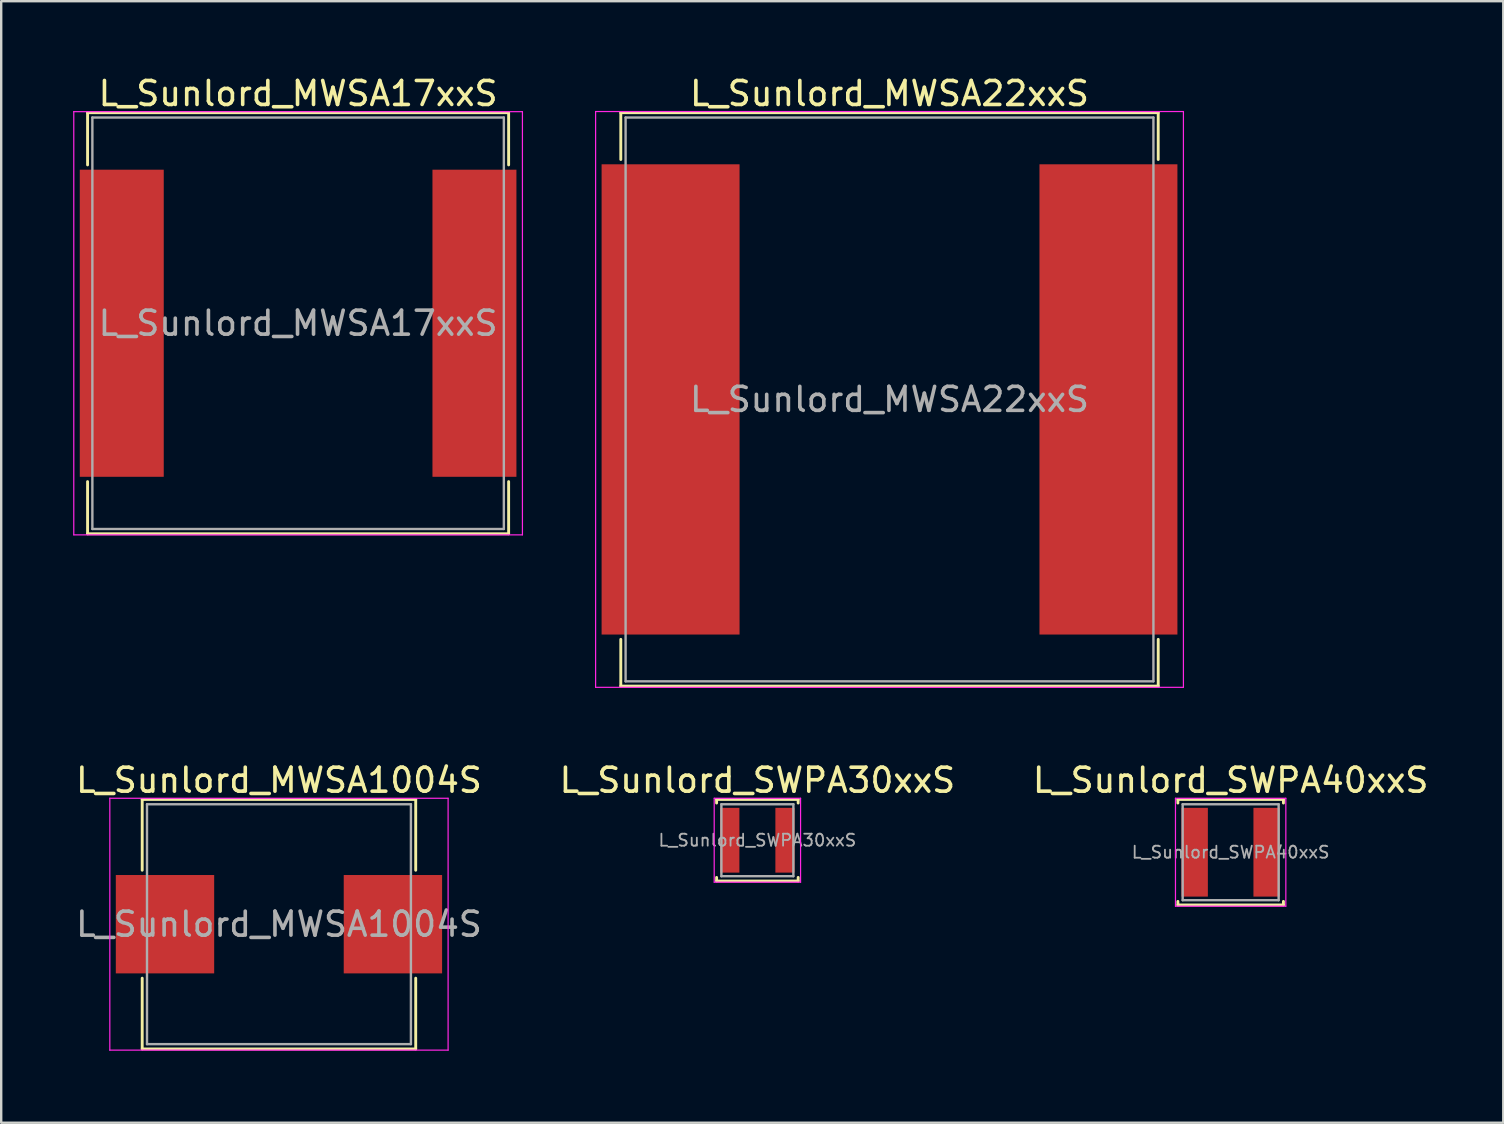
<source format=kicad_pcb>
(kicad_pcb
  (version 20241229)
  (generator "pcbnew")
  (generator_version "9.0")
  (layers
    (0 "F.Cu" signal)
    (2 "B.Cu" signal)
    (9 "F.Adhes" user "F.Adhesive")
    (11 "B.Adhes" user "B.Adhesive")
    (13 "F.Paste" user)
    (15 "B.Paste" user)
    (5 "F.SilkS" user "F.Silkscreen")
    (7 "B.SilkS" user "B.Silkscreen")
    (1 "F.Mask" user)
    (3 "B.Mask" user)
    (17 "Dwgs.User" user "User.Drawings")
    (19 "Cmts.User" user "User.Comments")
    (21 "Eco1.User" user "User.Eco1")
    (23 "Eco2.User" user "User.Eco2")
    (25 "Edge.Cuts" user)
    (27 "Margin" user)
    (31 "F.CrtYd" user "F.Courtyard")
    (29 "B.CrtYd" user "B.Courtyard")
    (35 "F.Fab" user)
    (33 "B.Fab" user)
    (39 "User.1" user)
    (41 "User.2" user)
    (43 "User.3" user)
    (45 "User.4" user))
  (footprint "L_Sunlord_SWPA40xxS"
    (layer "F.Cu")
    (at 48.244 32.471)
    (property "Reference" "L_Sunlord_SWPA40xxS" (at 0 -3 0) (layer "F.SilkS") (effects (font (size 1 1) (thickness 0.15))))
    (attr smd)
    (fp_line (start -2.2 -2.2) (end -2.2 -2.05) (stroke (width 0.12) (type solid)) (layer "F.SilkS"))
    (fp_line (start -2.2 -2.2) (end 2.2 -2.2) (stroke (width 0.12) (type solid)) (layer "F.SilkS"))
    (fp_line (start -2.2 2.2) (end -2.2 2.05) (stroke (width 0.12) (type solid)) (layer "F.SilkS"))
    (fp_line (start -2.2 2.2) (end 2.2 2.2) (stroke (width 0.12) (type solid)) (layer "F.SilkS"))
    (fp_line (start 2.2 -2.2) (end 2.2 -2.05) (stroke (width 0.12) (type solid)) (layer "F.SilkS"))
    (fp_line (start 2.2 2.2) (end 2.2 2.05) (stroke (width 0.12) (type solid)) (layer "F.SilkS"))
    (fp_line (start -2.3 -2.25) (end -2.3 2.25) (stroke (width 0.05) (type solid)) (layer "F.CrtYd"))
    (fp_line (start -2.3 2.25) (end 2.3 2.25) (stroke (width 0.05) (type solid)) (layer "F.CrtYd"))
    (fp_line (start 2.3 -2.25) (end -2.3 -2.25) (stroke (width 0.05) (type solid)) (layer "F.CrtYd"))
    (fp_line (start 2.3 2.25) (end 2.3 -2.25) (stroke (width 0.05) (type solid)) (layer "F.CrtYd"))
    (fp_line (start -2 -2) (end -2 2) (stroke (width 0.1) (type solid)) (layer "F.Fab"))
    (fp_line (start -2 2) (end 2 2) (stroke (width 0.1) (type solid)) (layer "F.Fab"))
    (fp_line (start 2 -2) (end -2 -2) (stroke (width 0.1) (type solid)) (layer "F.Fab"))
    (fp_line (start 2 2) (end 2 -2) (stroke (width 0.1) (type solid)) (layer "F.Fab"))
    (fp_text user "${REFERENCE}" (at 0 0 0) (layer "F.Fab") (effects (font (size 0.5 0.5) (thickness 0.075))))
    (pad "1" smd rect (at -1.5 0) (size 1.1 3.7) (layers "F.Cu" "F.Mask" "F.Paste"))
    (pad "2" smd rect (at 1.5 0) (size 1.1 3.7) (layers "F.Cu" "F.Mask" "F.Paste")))
  (footprint "L_Sunlord_MWSA17xxS"
    (layer "F.Cu")
    (at 9.375 10.423)
    (property "Reference" "L_Sunlord_MWSA17xxS" (at 0 -9.575 0) (layer "F.SilkS") (effects (font (size 1 1) (thickness 0.15))))
    (attr smd)
    (fp_line (start -8.775 -8.775) (end -8.775 -6.6) (stroke (width 0.12) (type solid)) (layer "F.SilkS"))
    (fp_line (start -8.775 -8.775) (end 8.775 -8.775) (stroke (width 0.12) (type solid)) (layer "F.SilkS"))
    (fp_line (start -8.775 8.775) (end -8.775 6.6) (stroke (width 0.12) (type solid)) (layer "F.SilkS"))
    (fp_line (start -8.775 8.775) (end 8.775 8.775) (stroke (width 0.12) (type solid)) (layer "F.SilkS"))
    (fp_line (start 8.775 -8.775) (end 8.775 -6.6) (stroke (width 0.12) (type solid)) (layer "F.SilkS"))
    (fp_line (start 8.775 8.775) (end 8.775 6.6) (stroke (width 0.12) (type solid)) (layer "F.SilkS"))
    (fp_line (start -9.35 -8.82) (end -9.35 8.82) (stroke (width 0.05) (type solid)) (layer "F.CrtYd"))
    (fp_line (start -9.35 8.82) (end 9.35 8.82) (stroke (width 0.05) (type solid)) (layer "F.CrtYd"))
    (fp_line (start 9.35 -8.82) (end -9.35 -8.82) (stroke (width 0.05) (type solid)) (layer "F.CrtYd"))
    (fp_line (start 9.35 8.82) (end 9.35 -8.82) (stroke (width 0.05) (type solid)) (layer "F.CrtYd"))
    (fp_line (start -8.575 -8.575) (end -8.575 8.575) (stroke (width 0.1) (type solid)) (layer "F.Fab"))
    (fp_line (start -8.575 8.575) (end 8.575 8.575) (stroke (width 0.1) (type solid)) (layer "F.Fab"))
    (fp_line (start 8.575 -8.575) (end -8.575 -8.575) (stroke (width 0.1) (type solid)) (layer "F.Fab"))
    (fp_line (start 8.575 8.575) (end 8.575 -8.575) (stroke (width 0.1) (type solid)) (layer "F.Fab"))
    (fp_text user "${REFERENCE}" (at 0 0 0) (layer "F.Fab") (effects (font (size 1 1) (thickness 0.15))))
    (pad "1" smd rect (at -7.35 0) (size 3.5 12.8) (layers "F.Cu" "F.Mask" "F.Paste"))
    (pad "2" smd rect (at 7.35 0) (size 3.5 12.8) (layers "F.Cu" "F.Mask" "F.Paste")))
  (footprint "L_Sunlord_MWSA22xxS"
    (layer "F.Cu")
    (at 34.025 13.598)
    (property "Reference" "L_Sunlord_MWSA22xxS" (at 0 -12.75 0) (layer "F.SilkS") (effects (font (size 1 1) (thickness 0.15))))
    (attr smd)
    (fp_line (start -11.2 -11.95) (end -11.2 -10) (stroke (width 0.12) (type solid)) (layer "F.SilkS"))
    (fp_line (start -11.2 -11.95) (end 11.2 -11.95) (stroke (width 0.12) (type solid)) (layer "F.SilkS"))
    (fp_line (start -11.2 11.95) (end -11.2 10) (stroke (width 0.12) (type solid)) (layer "F.SilkS"))
    (fp_line (start -11.2 11.95) (end 11.2 11.95) (stroke (width 0.12) (type solid)) (layer "F.SilkS"))
    (fp_line (start 11.2 -11.95) (end 11.2 -10) (stroke (width 0.12) (type solid)) (layer "F.SilkS"))
    (fp_line (start 11.2 11.95) (end 11.2 10) (stroke (width 0.12) (type solid)) (layer "F.SilkS"))
    (fp_line (start -12.25 -12) (end -12.25 12) (stroke (width 0.05) (type solid)) (layer "F.CrtYd"))
    (fp_line (start -12.25 12) (end 12.25 12) (stroke (width 0.05) (type solid)) (layer "F.CrtYd"))
    (fp_line (start 12.25 -12) (end -12.25 -12) (stroke (width 0.05) (type solid)) (layer "F.CrtYd"))
    (fp_line (start 12.25 12) (end 12.25 -12) (stroke (width 0.05) (type solid)) (layer "F.CrtYd"))
    (fp_line (start -11 -11.75) (end -11 11.75) (stroke (width 0.1) (type solid)) (layer "F.Fab"))
    (fp_line (start -11 11.75) (end 11 11.75) (stroke (width 0.1) (type solid)) (layer "F.Fab"))
    (fp_line (start 11 -11.75) (end -11 -11.75) (stroke (width 0.1) (type solid)) (layer "F.Fab"))
    (fp_line (start 11 11.75) (end 11 -11.75) (stroke (width 0.1) (type solid)) (layer "F.Fab"))
    (fp_text user "${REFERENCE}" (at 0 0 0) (layer "F.Fab") (effects (font (size 1 1) (thickness 0.15))))
    (pad "1" smd rect (at -9.125 0) (size 5.75 19.6) (layers "F.Cu" "F.Mask" "F.Paste"))
    (pad "2" smd rect (at 9.125 0) (size 5.75 19.6) (layers "F.Cu" "F.Mask" "F.Paste")))
  (footprint "L_Sunlord_MWSA1004S"
    (layer "F.Cu")
    (at 8.577 35.471)
    (property "Reference" "L_Sunlord_MWSA1004S" (at 0 -6 0) (layer "F.SilkS") (effects (font (size 1 1) (thickness 0.15))))
    (attr smd)
    (fp_line (start -5.7 -5.2) (end -5.7 -2.25) (stroke (width 0.12) (type solid)) (layer "F.SilkS"))
    (fp_line (start -5.7 -5.2) (end 5.7 -5.2) (stroke (width 0.12) (type solid)) (layer "F.SilkS"))
    (fp_line (start -5.7 5.2) (end -5.7 2.25) (stroke (width 0.12) (type solid)) (layer "F.SilkS"))
    (fp_line (start -5.7 5.2) (end 5.7 5.2) (stroke (width 0.12) (type solid)) (layer "F.SilkS"))
    (fp_line (start 5.7 -5.2) (end 5.7 -2.25) (stroke (width 0.12) (type solid)) (layer "F.SilkS"))
    (fp_line (start 5.7 5.2) (end 5.7 2.25) (stroke (width 0.12) (type solid)) (layer "F.SilkS"))
    (fp_line (start -7.05 -5.25) (end -7.05 5.25) (stroke (width 0.05) (type solid)) (layer "F.CrtYd"))
    (fp_line (start -7.05 5.25) (end 7.05 5.25) (stroke (width 0.05) (type solid)) (layer "F.CrtYd"))
    (fp_line (start 7.05 -5.25) (end -7.05 -5.25) (stroke (width 0.05) (type solid)) (layer "F.CrtYd"))
    (fp_line (start 7.05 5.25) (end 7.05 -5.25) (stroke (width 0.05) (type solid)) (layer "F.CrtYd"))
    (fp_line (start -5.5 -5) (end -5.5 5) (stroke (width 0.1) (type solid)) (layer "F.Fab"))
    (fp_line (start -5.5 5) (end 5.5 5) (stroke (width 0.1) (type solid)) (layer "F.Fab"))
    (fp_line (start 5.5 -5) (end -5.5 -5) (stroke (width 0.1) (type solid)) (layer "F.Fab"))
    (fp_line (start 5.5 5) (end 5.5 -5) (stroke (width 0.1) (type solid)) (layer "F.Fab"))
    (fp_text user "${REFERENCE}" (at 0 0 0) (layer "F.Fab") (effects (font (size 1 1) (thickness 0.15))))
    (pad "1" smd rect (at -4.75 0) (size 4.1 4.1) (layers "F.Cu" "F.Mask" "F.Paste"))
    (pad "2" smd rect (at 4.75 0) (size 4.1 4.1) (layers "F.Cu" "F.Mask" "F.Paste")))
  (footprint "L_Sunlord_SWPA30xxS"
    (layer "F.Cu")
    (at 28.518 31.971)
    (property "Reference" "L_Sunlord_SWPA30xxS" (at 0 -2.5 0) (layer "F.SilkS") (effects (font (size 1 1) (thickness 0.15))))
    (attr smd)
    (fp_line (start -1.7 -1.7) (end -1.7 -1.55) (stroke (width 0.12) (type solid)) (layer "F.SilkS"))
    (fp_line (start -1.7 -1.7) (end 1.7 -1.7) (stroke (width 0.12) (type solid)) (layer "F.SilkS"))
    (fp_line (start -1.7 1.7) (end -1.7 1.55) (stroke (width 0.12) (type solid)) (layer "F.SilkS"))
    (fp_line (start -1.7 1.7) (end 1.7 1.7) (stroke (width 0.12) (type solid)) (layer "F.SilkS"))
    (fp_line (start 1.7 -1.7) (end 1.7 -1.55) (stroke (width 0.12) (type solid)) (layer "F.SilkS"))
    (fp_line (start 1.7 1.7) (end 1.7 1.55) (stroke (width 0.12) (type solid)) (layer "F.SilkS"))
    (fp_line (start -1.8 -1.75) (end -1.8 1.75) (stroke (width 0.05) (type solid)) (layer "F.CrtYd"))
    (fp_line (start -1.8 1.75) (end 1.8 1.75) (stroke (width 0.05) (type solid)) (layer "F.CrtYd"))
    (fp_line (start 1.8 -1.75) (end -1.8 -1.75) (stroke (width 0.05) (type solid)) (layer "F.CrtYd"))
    (fp_line (start 1.8 1.75) (end 1.8 -1.75) (stroke (width 0.05) (type solid)) (layer "F.CrtYd"))
    (fp_line (start -1.5 -1.5) (end -1.5 1.5) (stroke (width 0.1) (type solid)) (layer "F.Fab"))
    (fp_line (start -1.5 1.5) (end 1.5 1.5) (stroke (width 0.1) (type solid)) (layer "F.Fab"))
    (fp_line (start 1.5 -1.5) (end -1.5 -1.5) (stroke (width 0.1) (type solid)) (layer "F.Fab"))
    (fp_line (start 1.5 1.5) (end 1.5 -1.5) (stroke (width 0.1) (type solid)) (layer "F.Fab"))
    (fp_text user "${REFERENCE}" (at 0 0 0) (layer "F.Fab") (effects (font (size 0.5 0.5) (thickness 0.075))))
    (pad "1" smd rect (at -1.15 0) (size 0.8 2.7) (layers "F.Cu" "F.Mask" "F.Paste"))
    (pad "2" smd rect (at 1.15 0) (size 0.8 2.7) (layers "F.Cu" "F.Mask" "F.Paste")))
  (gr_rect
    (start -3 -3)
    (end 59.607 43.746)
    (stroke (width 0.1) (type default))
    (fill no)
    (layer "Edge.Cuts")))
</source>
